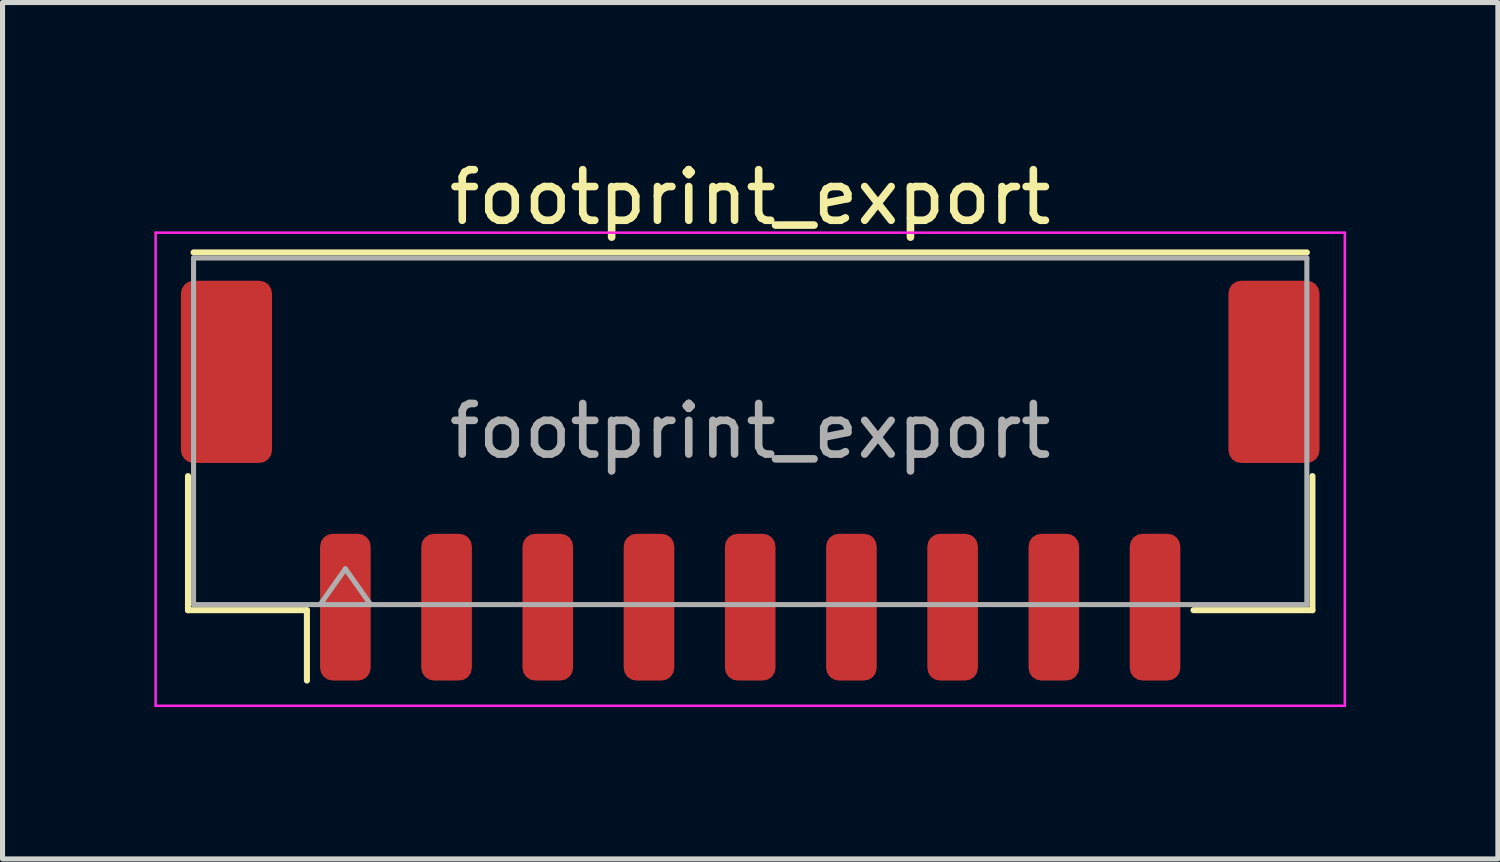
<source format=kicad_pcb>
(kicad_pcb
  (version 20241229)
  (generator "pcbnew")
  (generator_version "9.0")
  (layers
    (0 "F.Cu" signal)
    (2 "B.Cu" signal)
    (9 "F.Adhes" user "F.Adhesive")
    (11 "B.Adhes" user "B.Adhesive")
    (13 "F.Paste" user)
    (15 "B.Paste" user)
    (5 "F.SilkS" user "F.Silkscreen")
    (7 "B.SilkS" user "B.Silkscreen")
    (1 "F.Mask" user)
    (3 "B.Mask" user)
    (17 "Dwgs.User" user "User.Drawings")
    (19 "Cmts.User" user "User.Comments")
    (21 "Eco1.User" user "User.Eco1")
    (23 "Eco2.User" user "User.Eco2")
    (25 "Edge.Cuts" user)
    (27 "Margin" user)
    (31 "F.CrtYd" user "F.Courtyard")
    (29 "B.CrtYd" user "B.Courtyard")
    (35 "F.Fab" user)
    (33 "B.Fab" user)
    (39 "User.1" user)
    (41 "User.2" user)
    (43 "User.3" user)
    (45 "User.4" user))
  (footprint "footprint_export"
    (layer "F.Cu")
    (at 11.775 6.448)
    (property "Reference" "footprint_export" (at 0 -5.6 0) (layer "F.SilkS") (effects (font (size 1 1) (thickness 0.15))))
    (attr smd)
    (fp_line (start -11.11 -0.09) (end -11.11 2.56) (stroke (width 0.12) (type solid)) (layer "F.SilkS"))
    (fp_line (start -11.11 2.56) (end -8.76 2.56) (stroke (width 0.12) (type solid)) (layer "F.SilkS"))
    (fp_line (start -11 -4.51) (end 11 -4.51) (stroke (width 0.12) (type solid)) (layer "F.SilkS"))
    (fp_line (start -8.76 2.56) (end -8.76 3.95) (stroke (width 0.12) (type solid)) (layer "F.SilkS"))
    (fp_line (start 11.11 -0.09) (end 11.11 2.56) (stroke (width 0.12) (type solid)) (layer "F.SilkS"))
    (fp_line (start 11.11 2.56) (end 8.76 2.56) (stroke (width 0.12) (type solid)) (layer "F.SilkS"))
    (fp_line (start -11.75 -4.9) (end -11.75 4.45) (stroke (width 0.05) (type solid)) (layer "F.CrtYd"))
    (fp_line (start -11.75 4.45) (end 11.75 4.45) (stroke (width 0.05) (type solid)) (layer "F.CrtYd"))
    (fp_line (start 11.75 -4.9) (end -11.75 -4.9) (stroke (width 0.05) (type solid)) (layer "F.CrtYd"))
    (fp_line (start 11.75 4.45) (end 11.75 -4.9) (stroke (width 0.05) (type solid)) (layer "F.CrtYd"))
    (fp_line (start -11 -4.4) (end 11 -4.4) (stroke (width 0.1) (type solid)) (layer "F.Fab"))
    (fp_line (start -11 2.45) (end -11 -4.4) (stroke (width 0.1) (type solid)) (layer "F.Fab"))
    (fp_line (start -11 2.45) (end 11 2.45) (stroke (width 0.1) (type solid)) (layer "F.Fab"))
    (fp_line (start -8.5 2.45) (end -8 1.743) (stroke (width 0.1) (type solid)) (layer "F.Fab"))
    (fp_line (start -8 1.743) (end -7.5 2.45) (stroke (width 0.1) (type solid)) (layer "F.Fab"))
    (fp_line (start 11 2.45) (end 11 -4.4) (stroke (width 0.1) (type solid)) (layer "F.Fab"))
    (fp_text user "${REFERENCE}" (at 0 -0.98 0) (layer "F.Fab") (effects (font (size 1 1) (thickness 0.15))))
    (pad "1" smd roundrect (at -8 2.5) (size 1 2.9) (layers "F.Cu" "F.Mask" "F.Paste") (roundrect_rratio 0.25))
    (pad "2" smd roundrect (at -6 2.5) (size 1 2.9) (layers "F.Cu" "F.Mask" "F.Paste") (roundrect_rratio 0.25))
    (pad "3" smd roundrect (at -4 2.5) (size 1 2.9) (layers "F.Cu" "F.Mask" "F.Paste") (roundrect_rratio 0.25))
    (pad "4" smd roundrect (at -2 2.5) (size 1 2.9) (layers "F.Cu" "F.Mask" "F.Paste") (roundrect_rratio 0.25))
    (pad "5" smd roundrect (at 0 2.5) (size 1 2.9) (layers "F.Cu" "F.Mask" "F.Paste") (roundrect_rratio 0.25))
    (pad "6" smd roundrect (at 2 2.5) (size 1 2.9) (layers "F.Cu" "F.Mask" "F.Paste") (roundrect_rratio 0.25))
    (pad "7" smd roundrect (at 4 2.5) (size 1 2.9) (layers "F.Cu" "F.Mask" "F.Paste") (roundrect_rratio 0.25))
    (pad "8" smd roundrect (at 6 2.5) (size 1 2.9) (layers "F.Cu" "F.Mask" "F.Paste") (roundrect_rratio 0.25))
    (pad "9" smd roundrect (at 8 2.5) (size 1 2.9) (layers "F.Cu" "F.Mask" "F.Paste") (roundrect_rratio 0.25))
    (pad "MP" smd roundrect (at -10.35 -2.15) (size 1.8 3.6) (layers "F.Cu" "F.Mask" "F.Paste") (roundrect_rratio 0.139))
    (pad "MP" smd roundrect (at 10.35 -2.15) (size 1.8 3.6) (layers "F.Cu" "F.Mask" "F.Paste") (roundrect_rratio 0.139)))
  (gr_rect
    (start -3 -3)
    (end 26.55 13.923)
    (stroke (width 0.1) (type default))
    (fill no)
    (layer "Edge.Cuts")))
</source>
